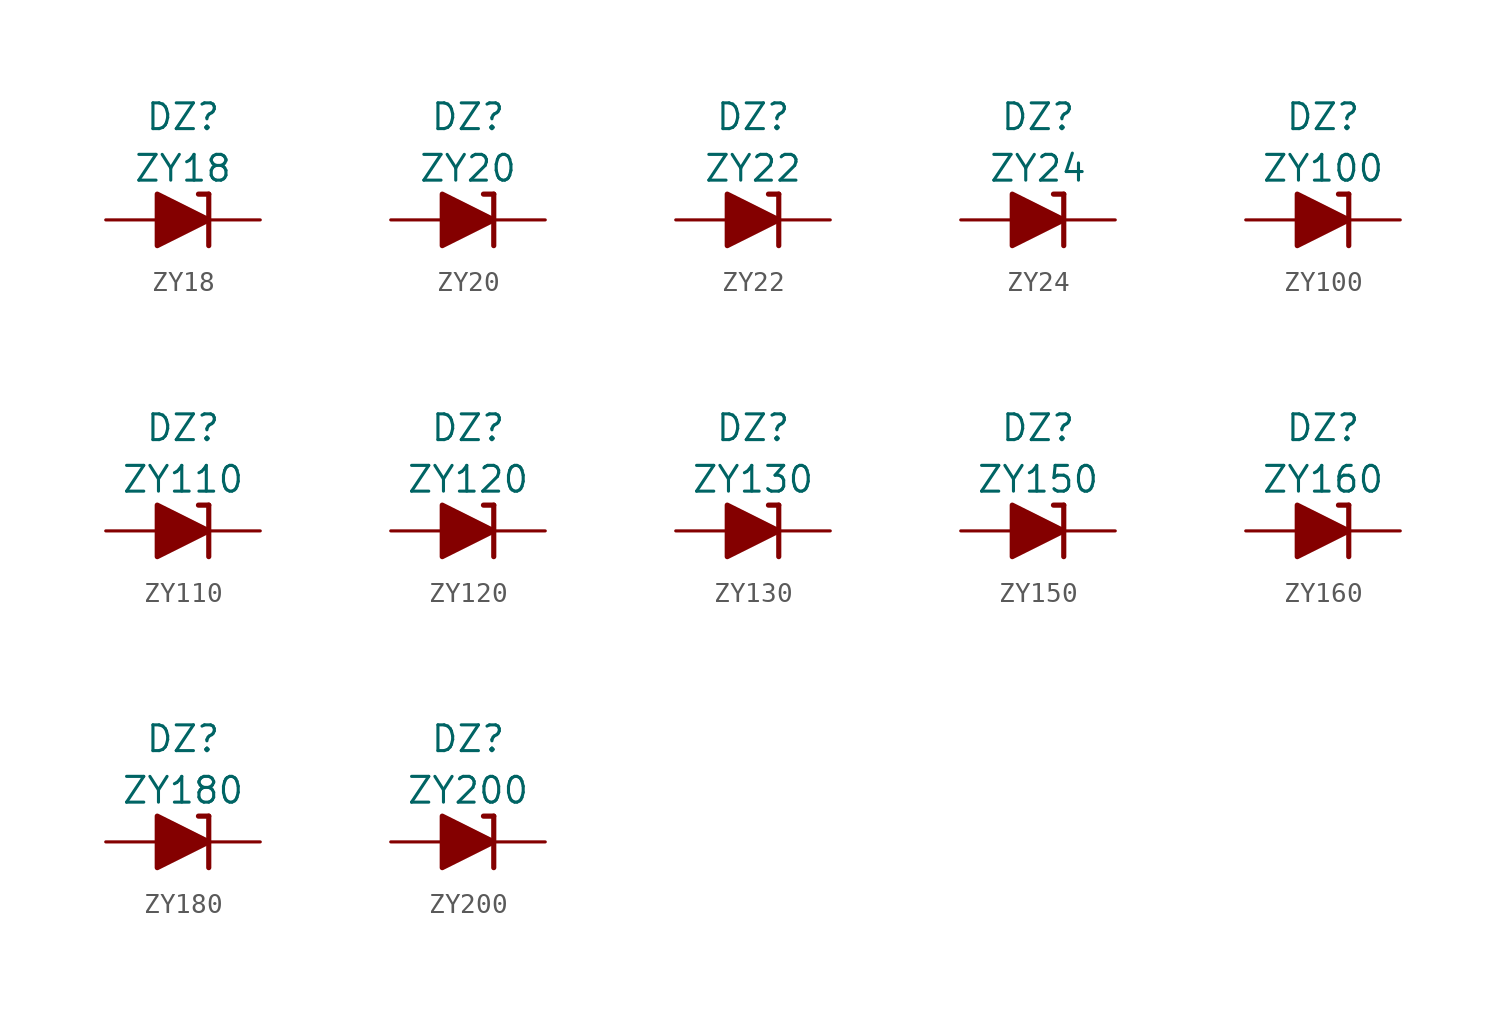
<source format=kicad_sym>
(kicad_symbol_lib
  (version 20211014)
  (generator kicad_symbol_editor)
  (symbol "ZY18"
    (pin_numbers hide)
    (pin_names
      (offset 1.016) hide)
    (property "Reference" "DZ"
      (at 0 5.08 0)
      (effects (font (size 1.27 1.27))))
    (property "Value" "ZY18"
      (at 0 2.54 0)
      (effects (font (size 1.27 1.27))))
    (symbol "ZY18_0_1"
      (polyline (pts (xy -1.27 0) (xy 1.27 0)) (stroke (width 0) (type default) (color 0 0 0 0)) (fill (type none)))
      (polyline (pts (xy 1.27 1.27) (xy 0.762 1.27)) (stroke (width 0.254) (type default) (color 0 0 0 0)) (fill (type none)))
      (polyline (pts (xy 1.27 1.27) (xy 1.27 -1.27)) (stroke (width 0.254) (type default) (color 0 0 0 0)) (fill (type none)))
      (polyline (pts (xy -1.27 -1.27) (xy -1.27 1.27) (xy 1.27 0) (xy -1.27 -1.27)) (stroke (width 0.254) (type default) (color 0 0 0 0)) (fill (type outline))))
    (symbol "ZY18_1_1"
      (pin passive line (at 3.81 0 180) (length 2.54) (name "K" (effects (font (size 1.27 1.27)))) (number "1" (effects (font (size 1.27 1.27)))))
      (pin passive line (at -3.81 0 0) (length 2.54) (name "A" (effects (font (size 1.27 1.27)))) (number "2" (effects (font (size 1.27 1.27)))))))
  (symbol "ZY20"
    (pin_numbers hide)
    (pin_names
      (offset 1.016) hide)
    (property "Reference" "DZ"
      (at 0 5.08 0)
      (effects (font (size 1.27 1.27))))
    (property "Value" "ZY20"
      (at 0 2.54 0)
      (effects (font (size 1.27 1.27))))
    (symbol "ZY20_0_1"
      (polyline (pts (xy -1.27 0) (xy 1.27 0)) (stroke (width 0) (type default) (color 0 0 0 0)) (fill (type none)))
      (polyline (pts (xy 1.27 1.27) (xy 0.762 1.27)) (stroke (width 0.254) (type default) (color 0 0 0 0)) (fill (type none)))
      (polyline (pts (xy 1.27 1.27) (xy 1.27 -1.27)) (stroke (width 0.254) (type default) (color 0 0 0 0)) (fill (type none)))
      (polyline (pts (xy -1.27 -1.27) (xy -1.27 1.27) (xy 1.27 0) (xy -1.27 -1.27)) (stroke (width 0.254) (type default) (color 0 0 0 0)) (fill (type outline))))
    (symbol "ZY20_1_1"
      (pin passive line (at 3.81 0 180) (length 2.54) (name "K" (effects (font (size 1.27 1.27)))) (number "1" (effects (font (size 1.27 1.27)))))
      (pin passive line (at -3.81 0 0) (length 2.54) (name "A" (effects (font (size 1.27 1.27)))) (number "2" (effects (font (size 1.27 1.27)))))))
  (symbol "ZY22"
    (pin_numbers hide)
    (pin_names
      (offset 1.016) hide)
    (property "Reference" "DZ"
      (at 0 5.08 0)
      (effects (font (size 1.27 1.27))))
    (property "Value" "ZY22"
      (at 0 2.54 0)
      (effects (font (size 1.27 1.27))))
    (symbol "ZY22_0_1"
      (polyline (pts (xy -1.27 0) (xy 1.27 0)) (stroke (width 0) (type default) (color 0 0 0 0)) (fill (type none)))
      (polyline (pts (xy 1.27 1.27) (xy 0.762 1.27)) (stroke (width 0.254) (type default) (color 0 0 0 0)) (fill (type none)))
      (polyline (pts (xy 1.27 1.27) (xy 1.27 -1.27)) (stroke (width 0.254) (type default) (color 0 0 0 0)) (fill (type none)))
      (polyline (pts (xy -1.27 -1.27) (xy -1.27 1.27) (xy 1.27 0) (xy -1.27 -1.27)) (stroke (width 0.254) (type default) (color 0 0 0 0)) (fill (type outline))))
    (symbol "ZY22_1_1"
      (pin passive line (at 3.81 0 180) (length 2.54) (name "K" (effects (font (size 1.27 1.27)))) (number "1" (effects (font (size 1.27 1.27)))))
      (pin passive line (at -3.81 0 0) (length 2.54) (name "A" (effects (font (size 1.27 1.27)))) (number "2" (effects (font (size 1.27 1.27)))))))
  (symbol "ZY24"
    (pin_numbers hide)
    (pin_names
      (offset 1.016) hide)
    (property "Reference" "DZ"
      (at 0 5.08 0)
      (effects (font (size 1.27 1.27))))
    (property "Value" "ZY24"
      (at 0 2.54 0)
      (effects (font (size 1.27 1.27))))
    (symbol "ZY24_0_1"
      (polyline (pts (xy -1.27 0) (xy 1.27 0)) (stroke (width 0) (type default) (color 0 0 0 0)) (fill (type none)))
      (polyline (pts (xy 1.27 1.27) (xy 0.762 1.27)) (stroke (width 0.254) (type default) (color 0 0 0 0)) (fill (type none)))
      (polyline (pts (xy 1.27 1.27) (xy 1.27 -1.27)) (stroke (width 0.254) (type default) (color 0 0 0 0)) (fill (type none)))
      (polyline (pts (xy -1.27 -1.27) (xy -1.27 1.27) (xy 1.27 0) (xy -1.27 -1.27)) (stroke (width 0.254) (type default) (color 0 0 0 0)) (fill (type outline))))
    (symbol "ZY24_1_1"
      (pin passive line (at 3.81 0 180) (length 2.54) (name "K" (effects (font (size 1.27 1.27)))) (number "1" (effects (font (size 1.27 1.27)))))
      (pin passive line (at -3.81 0 0) (length 2.54) (name "A" (effects (font (size 1.27 1.27)))) (number "2" (effects (font (size 1.27 1.27)))))))
  (symbol "ZY100"
    (pin_numbers hide)
    (pin_names
      (offset 1.016) hide)
    (property "Reference" "DZ"
      (at 0 5.08 0)
      (effects (font (size 1.27 1.27))))
    (property "Value" "ZY100"
      (at 0 2.54 0)
      (effects (font (size 1.27 1.27))))
    (symbol "ZY100_0_1"
      (polyline (pts (xy -1.27 0) (xy 1.27 0)) (stroke (width 0) (type default) (color 0 0 0 0)) (fill (type none)))
      (polyline (pts (xy 1.27 1.27) (xy 0.762 1.27)) (stroke (width 0.254) (type default) (color 0 0 0 0)) (fill (type none)))
      (polyline (pts (xy 1.27 1.27) (xy 1.27 -1.27)) (stroke (width 0.254) (type default) (color 0 0 0 0)) (fill (type none)))
      (polyline (pts (xy -1.27 -1.27) (xy -1.27 1.27) (xy 1.27 0) (xy -1.27 -1.27)) (stroke (width 0.254) (type default) (color 0 0 0 0)) (fill (type outline))))
    (symbol "ZY100_1_1"
      (pin passive line (at 3.81 0 180) (length 2.54) (name "K" (effects (font (size 1.27 1.27)))) (number "1" (effects (font (size 1.27 1.27)))))
      (pin passive line (at -3.81 0 0) (length 2.54) (name "A" (effects (font (size 1.27 1.27)))) (number "2" (effects (font (size 1.27 1.27)))))))
  (symbol "ZY110"
    (pin_numbers hide)
    (pin_names
      (offset 1.016) hide)
    (property "Reference" "DZ"
      (at 0 5.08 0)
      (effects (font (size 1.27 1.27))))
    (property "Value" "ZY110"
      (at 0 2.54 0)
      (effects (font (size 1.27 1.27))))
    (symbol "ZY110_0_1"
      (polyline (pts (xy -1.27 0) (xy 1.27 0)) (stroke (width 0) (type default) (color 0 0 0 0)) (fill (type none)))
      (polyline (pts (xy 1.27 1.27) (xy 0.762 1.27)) (stroke (width 0.254) (type default) (color 0 0 0 0)) (fill (type none)))
      (polyline (pts (xy 1.27 1.27) (xy 1.27 -1.27)) (stroke (width 0.254) (type default) (color 0 0 0 0)) (fill (type none)))
      (polyline (pts (xy -1.27 -1.27) (xy -1.27 1.27) (xy 1.27 0) (xy -1.27 -1.27)) (stroke (width 0.254) (type default) (color 0 0 0 0)) (fill (type outline))))
    (symbol "ZY110_1_1"
      (pin passive line (at 3.81 0 180) (length 2.54) (name "K" (effects (font (size 1.27 1.27)))) (number "1" (effects (font (size 1.27 1.27)))))
      (pin passive line (at -3.81 0 0) (length 2.54) (name "A" (effects (font (size 1.27 1.27)))) (number "2" (effects (font (size 1.27 1.27)))))))
  (symbol "ZY120"
    (pin_numbers hide)
    (pin_names
      (offset 1.016) hide)
    (property "Reference" "DZ"
      (at 0 5.08 0)
      (effects (font (size 1.27 1.27))))
    (property "Value" "ZY120"
      (at 0 2.54 0)
      (effects (font (size 1.27 1.27))))
    (symbol "ZY120_0_1"
      (polyline (pts (xy -1.27 0) (xy 1.27 0)) (stroke (width 0) (type default) (color 0 0 0 0)) (fill (type none)))
      (polyline (pts (xy 1.27 1.27) (xy 0.762 1.27)) (stroke (width 0.254) (type default) (color 0 0 0 0)) (fill (type none)))
      (polyline (pts (xy 1.27 1.27) (xy 1.27 -1.27)) (stroke (width 0.254) (type default) (color 0 0 0 0)) (fill (type none)))
      (polyline (pts (xy -1.27 -1.27) (xy -1.27 1.27) (xy 1.27 0) (xy -1.27 -1.27)) (stroke (width 0.254) (type default) (color 0 0 0 0)) (fill (type outline))))
    (symbol "ZY120_1_1"
      (pin passive line (at 3.81 0 180) (length 2.54) (name "K" (effects (font (size 1.27 1.27)))) (number "1" (effects (font (size 1.27 1.27)))))
      (pin passive line (at -3.81 0 0) (length 2.54) (name "A" (effects (font (size 1.27 1.27)))) (number "2" (effects (font (size 1.27 1.27)))))))
  (symbol "ZY130"
    (pin_numbers hide)
    (pin_names
      (offset 1.016) hide)
    (property "Reference" "DZ"
      (at 0 5.08 0)
      (effects (font (size 1.27 1.27))))
    (property "Value" "ZY130"
      (at 0 2.54 0)
      (effects (font (size 1.27 1.27))))
    (symbol "ZY130_0_1"
      (polyline (pts (xy -1.27 0) (xy 1.27 0)) (stroke (width 0) (type default) (color 0 0 0 0)) (fill (type none)))
      (polyline (pts (xy 1.27 1.27) (xy 0.762 1.27)) (stroke (width 0.254) (type default) (color 0 0 0 0)) (fill (type none)))
      (polyline (pts (xy 1.27 1.27) (xy 1.27 -1.27)) (stroke (width 0.254) (type default) (color 0 0 0 0)) (fill (type none)))
      (polyline (pts (xy -1.27 -1.27) (xy -1.27 1.27) (xy 1.27 0) (xy -1.27 -1.27)) (stroke (width 0.254) (type default) (color 0 0 0 0)) (fill (type outline))))
    (symbol "ZY130_1_1"
      (pin passive line (at 3.81 0 180) (length 2.54) (name "K" (effects (font (size 1.27 1.27)))) (number "1" (effects (font (size 1.27 1.27)))))
      (pin passive line (at -3.81 0 0) (length 2.54) (name "A" (effects (font (size 1.27 1.27)))) (number "2" (effects (font (size 1.27 1.27)))))))
  (symbol "ZY150"
    (pin_numbers hide)
    (pin_names
      (offset 1.016) hide)
    (property "Reference" "DZ"
      (at 0 5.08 0)
      (effects (font (size 1.27 1.27))))
    (property "Value" "ZY150"
      (at 0 2.54 0)
      (effects (font (size 1.27 1.27))))
    (symbol "ZY150_0_1"
      (polyline (pts (xy -1.27 0) (xy 1.27 0)) (stroke (width 0) (type default) (color 0 0 0 0)) (fill (type none)))
      (polyline (pts (xy 1.27 1.27) (xy 0.762 1.27)) (stroke (width 0.254) (type default) (color 0 0 0 0)) (fill (type none)))
      (polyline (pts (xy 1.27 1.27) (xy 1.27 -1.27)) (stroke (width 0.254) (type default) (color 0 0 0 0)) (fill (type none)))
      (polyline (pts (xy -1.27 -1.27) (xy -1.27 1.27) (xy 1.27 0) (xy -1.27 -1.27)) (stroke (width 0.254) (type default) (color 0 0 0 0)) (fill (type outline))))
    (symbol "ZY150_1_1"
      (pin passive line (at 3.81 0 180) (length 2.54) (name "K" (effects (font (size 1.27 1.27)))) (number "1" (effects (font (size 1.27 1.27)))))
      (pin passive line (at -3.81 0 0) (length 2.54) (name "A" (effects (font (size 1.27 1.27)))) (number "2" (effects (font (size 1.27 1.27)))))))
  (symbol "ZY160"
    (pin_numbers hide)
    (pin_names
      (offset 1.016) hide)
    (property "Reference" "DZ"
      (at 0 5.08 0)
      (effects (font (size 1.27 1.27))))
    (property "Value" "ZY160"
      (at 0 2.54 0)
      (effects (font (size 1.27 1.27))))
    (symbol "ZY160_0_1"
      (polyline (pts (xy -1.27 0) (xy 1.27 0)) (stroke (width 0) (type default) (color 0 0 0 0)) (fill (type none)))
      (polyline (pts (xy 1.27 1.27) (xy 0.762 1.27)) (stroke (width 0.254) (type default) (color 0 0 0 0)) (fill (type none)))
      (polyline (pts (xy 1.27 1.27) (xy 1.27 -1.27)) (stroke (width 0.254) (type default) (color 0 0 0 0)) (fill (type none)))
      (polyline (pts (xy -1.27 -1.27) (xy -1.27 1.27) (xy 1.27 0) (xy -1.27 -1.27)) (stroke (width 0.254) (type default) (color 0 0 0 0)) (fill (type outline))))
    (symbol "ZY160_1_1"
      (pin passive line (at 3.81 0 180) (length 2.54) (name "K" (effects (font (size 1.27 1.27)))) (number "1" (effects (font (size 1.27 1.27)))))
      (pin passive line (at -3.81 0 0) (length 2.54) (name "A" (effects (font (size 1.27 1.27)))) (number "2" (effects (font (size 1.27 1.27)))))))
  (symbol "ZY180"
    (pin_numbers hide)
    (pin_names
      (offset 1.016) hide)
    (property "Reference" "DZ"
      (at 0 5.08 0)
      (effects (font (size 1.27 1.27))))
    (property "Value" "ZY180"
      (at 0 2.54 0)
      (effects (font (size 1.27 1.27))))
    (symbol "ZY180_0_1"
      (polyline (pts (xy -1.27 0) (xy 1.27 0)) (stroke (width 0) (type default) (color 0 0 0 0)) (fill (type none)))
      (polyline (pts (xy 1.27 1.27) (xy 0.762 1.27)) (stroke (width 0.254) (type default) (color 0 0 0 0)) (fill (type none)))
      (polyline (pts (xy 1.27 1.27) (xy 1.27 -1.27)) (stroke (width 0.254) (type default) (color 0 0 0 0)) (fill (type none)))
      (polyline (pts (xy -1.27 -1.27) (xy -1.27 1.27) (xy 1.27 0) (xy -1.27 -1.27)) (stroke (width 0.254) (type default) (color 0 0 0 0)) (fill (type outline))))
    (symbol "ZY180_1_1"
      (pin passive line (at 3.81 0 180) (length 2.54) (name "K" (effects (font (size 1.27 1.27)))) (number "1" (effects (font (size 1.27 1.27)))))
      (pin passive line (at -3.81 0 0) (length 2.54) (name "A" (effects (font (size 1.27 1.27)))) (number "2" (effects (font (size 1.27 1.27)))))))
  (symbol "ZY200"
    (pin_numbers hide)
    (pin_names
      (offset 1.016) hide)
    (property "Reference" "DZ"
      (at 0 5.08 0)
      (effects (font (size 1.27 1.27))))
    (property "Value" "ZY200"
      (at 0 2.54 0)
      (effects (font (size 1.27 1.27))))
    (symbol "ZY200_0_1"
      (polyline (pts (xy -1.27 0) (xy 1.27 0)) (stroke (width 0) (type default) (color 0 0 0 0)) (fill (type none)))
      (polyline (pts (xy 1.27 1.27) (xy 0.762 1.27)) (stroke (width 0.254) (type default) (color 0 0 0 0)) (fill (type none)))
      (polyline (pts (xy 1.27 1.27) (xy 1.27 -1.27)) (stroke (width 0.254) (type default) (color 0 0 0 0)) (fill (type none)))
      (polyline (pts (xy -1.27 -1.27) (xy -1.27 1.27) (xy 1.27 0) (xy -1.27 -1.27)) (stroke (width 0.254) (type default) (color 0 0 0 0)) (fill (type outline))))
    (symbol "ZY200_1_1"
      (pin passive line (at 3.81 0 180) (length 2.54) (name "K" (effects (font (size 1.27 1.27)))) (number "1" (effects (font (size 1.27 1.27)))))
      (pin passive line (at -3.81 0 0) (length 2.54) (name "A" (effects (font (size 1.27 1.27)))) (number "2" (effects (font (size 1.27 1.27))))))))
</source>
